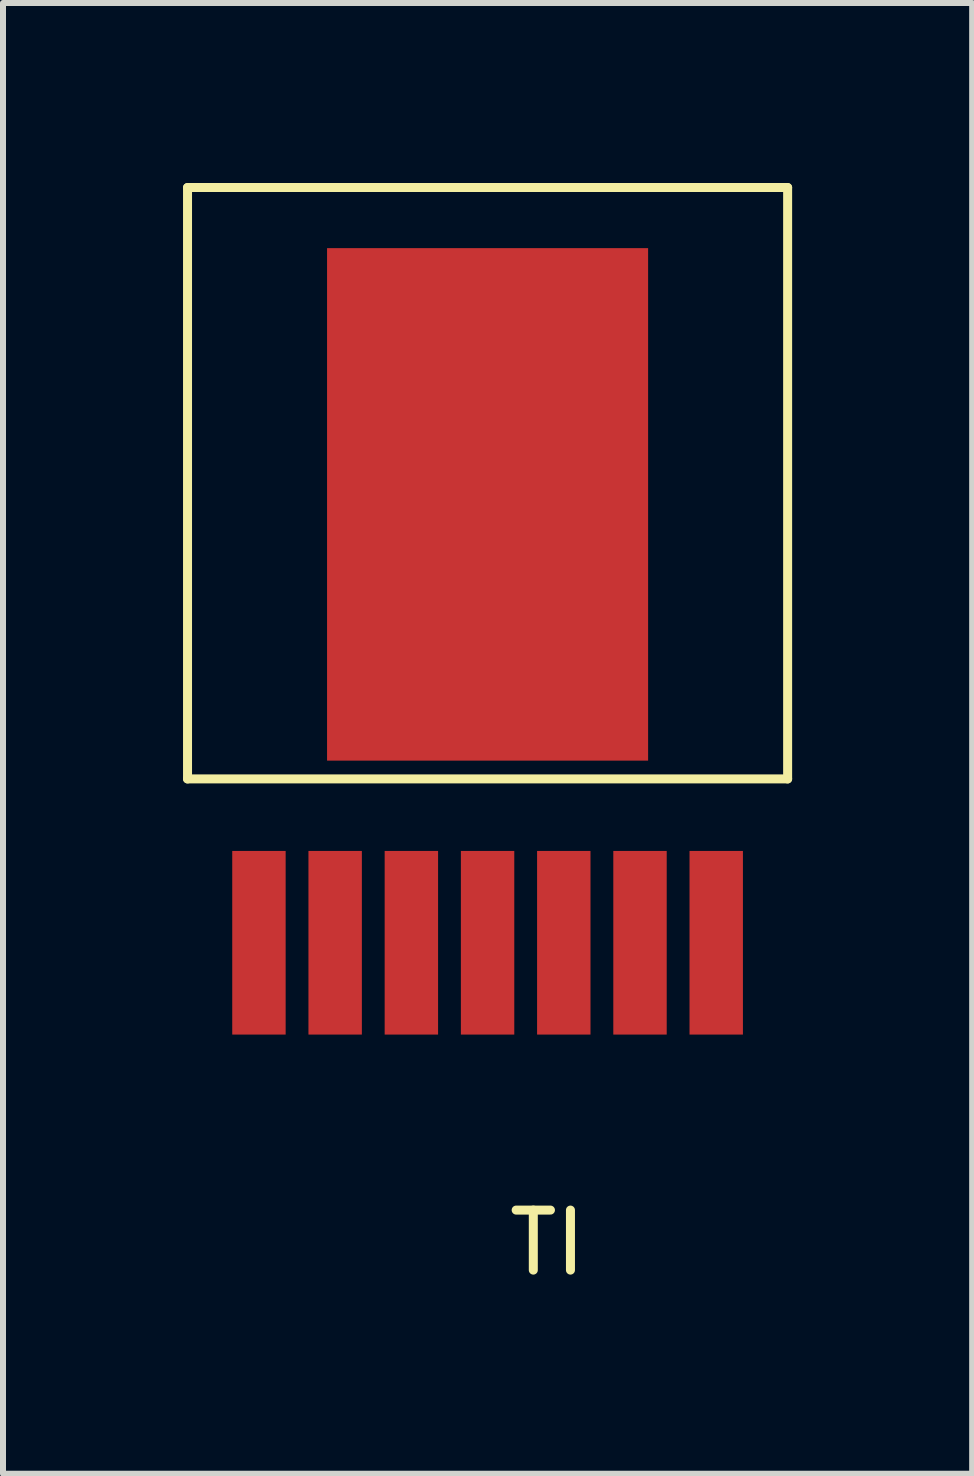
<source format=kicad_pcb>
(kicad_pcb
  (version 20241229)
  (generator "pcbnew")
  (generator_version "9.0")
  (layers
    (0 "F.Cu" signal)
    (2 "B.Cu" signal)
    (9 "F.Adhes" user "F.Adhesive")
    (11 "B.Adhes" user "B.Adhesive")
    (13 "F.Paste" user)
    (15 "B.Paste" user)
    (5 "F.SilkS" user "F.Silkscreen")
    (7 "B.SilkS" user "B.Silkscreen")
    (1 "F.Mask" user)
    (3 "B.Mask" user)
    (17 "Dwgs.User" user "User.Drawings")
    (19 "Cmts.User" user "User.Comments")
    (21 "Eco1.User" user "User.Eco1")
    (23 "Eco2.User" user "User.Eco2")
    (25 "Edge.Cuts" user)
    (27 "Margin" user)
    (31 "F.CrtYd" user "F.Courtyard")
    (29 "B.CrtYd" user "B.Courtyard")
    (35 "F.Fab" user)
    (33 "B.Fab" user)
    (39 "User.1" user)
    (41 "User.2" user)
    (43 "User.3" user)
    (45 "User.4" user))
  (footprint "TI"
    (layer "F.Cu")
    (at 5.075 12.66)
    (property "Reference" "TI" (at 1 5 0) (layer "F.SilkS") (effects (font (size 1 1) (thickness 0.15))))
    (attr through_hole)
    (fp_line (start -5 -12.585) (end 5 -12.585) (stroke (width 0.15) (type solid)) (layer "F.SilkS"))
    (fp_line (start -5 -2.73) (end -5 -12.585) (stroke (width 0.15) (type solid)) (layer "F.SilkS"))
    (fp_line (start 5 -12.585) (end 5 -2.73) (stroke (width 0.15) (type solid)) (layer "F.SilkS"))
    (fp_line (start 5 -2.73) (end -5 -2.73) (stroke (width 0.15) (type solid)) (layer "F.SilkS"))
    (pad "1" smd rect (at -3.81 0) (size 0.89 3.06) (layers "F.Cu" "F.Mask" "F.Paste"))
    (pad "2" smd rect (at -2.54 0) (size 0.89 3.06) (layers "F.Cu" "F.Mask" "F.Paste"))
    (pad "3" smd rect (at -1.27 0) (size 0.89 3.06) (layers "F.Cu" "F.Mask" "F.Paste"))
    (pad "4" smd rect (at 0 0) (size 0.89 3.06) (layers "F.Cu" "F.Mask" "F.Paste"))
    (pad "5" smd rect (at 1.27 0) (size 0.89 3.06) (layers "F.Cu" "F.Mask" "F.Paste"))
    (pad "6" smd rect (at 2.54 0) (size 0.89 3.06) (layers "F.Cu" "F.Mask" "F.Paste"))
    (pad "7" smd rect (at 3.81 0) (size 0.89 3.06) (layers "F.Cu" "F.Mask" "F.Paste"))
    (pad "8" smd rect (at 0 -7.305) (size 5.35 8.54) (layers "F.Cu" "F.Mask" "F.Paste")))
  (gr_rect
    (start -3 -3)
    (end 13.15 21.508)
    (stroke (width 0.1) (type default))
    (fill no)
    (layer "Edge.Cuts")))
</source>
